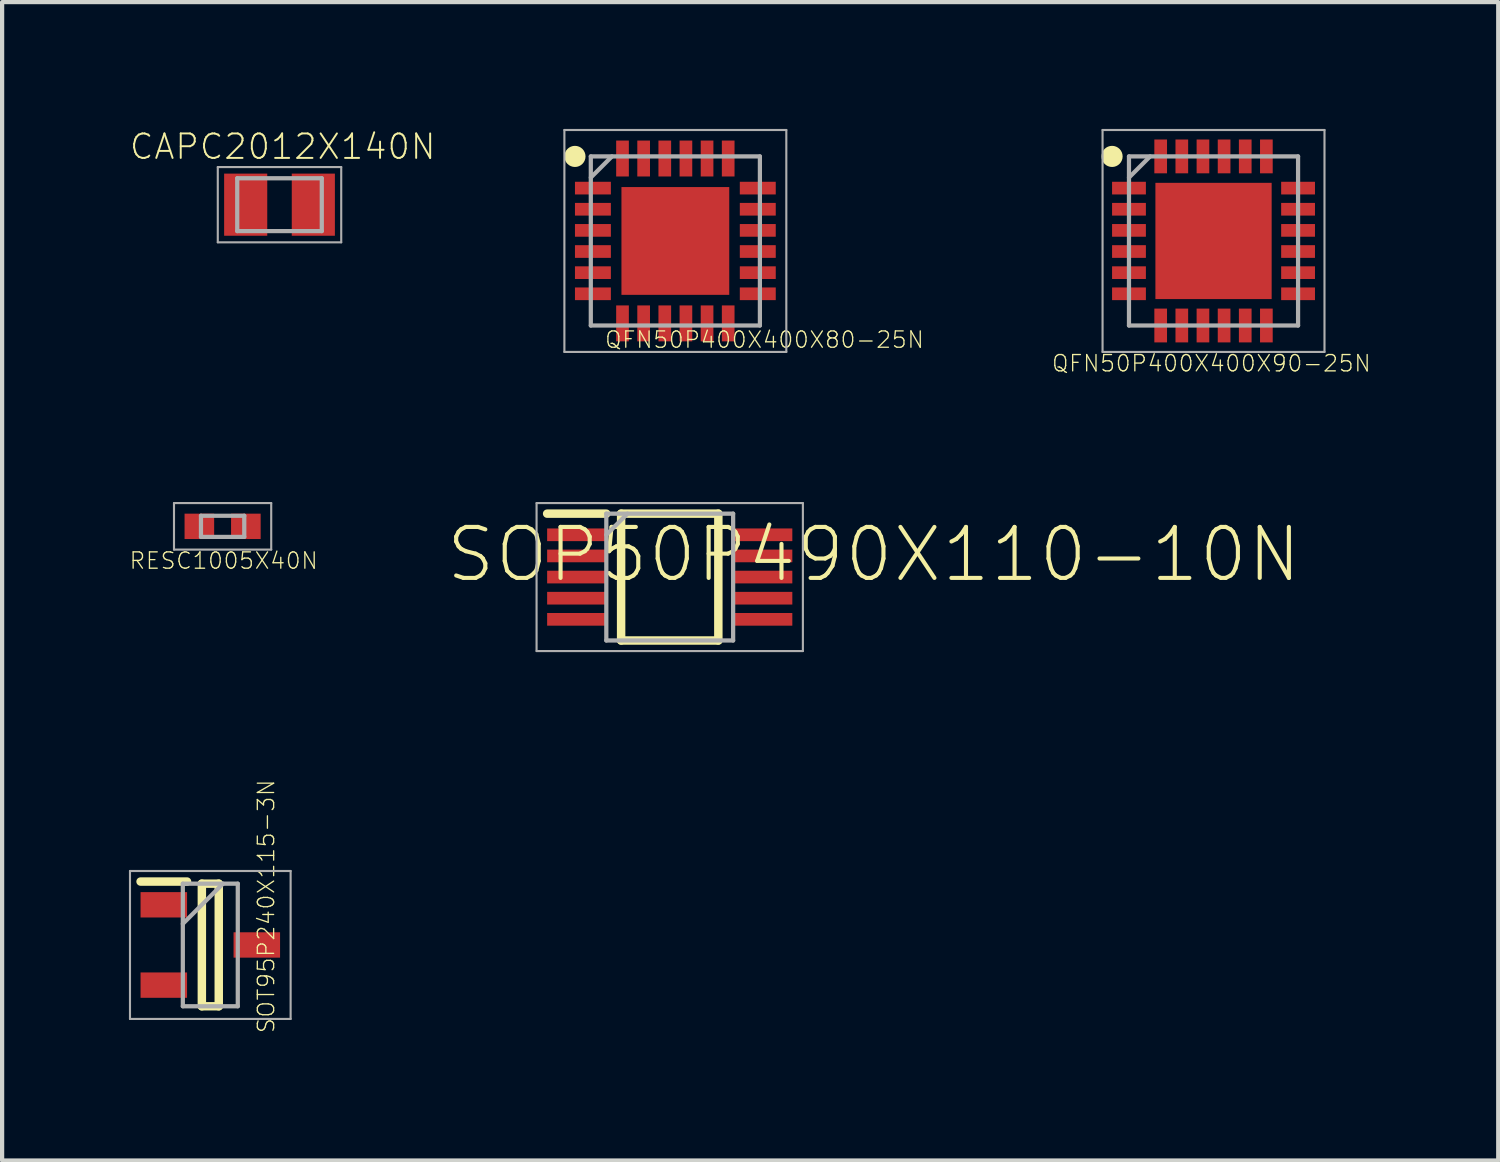
<source format=kicad_pcb>
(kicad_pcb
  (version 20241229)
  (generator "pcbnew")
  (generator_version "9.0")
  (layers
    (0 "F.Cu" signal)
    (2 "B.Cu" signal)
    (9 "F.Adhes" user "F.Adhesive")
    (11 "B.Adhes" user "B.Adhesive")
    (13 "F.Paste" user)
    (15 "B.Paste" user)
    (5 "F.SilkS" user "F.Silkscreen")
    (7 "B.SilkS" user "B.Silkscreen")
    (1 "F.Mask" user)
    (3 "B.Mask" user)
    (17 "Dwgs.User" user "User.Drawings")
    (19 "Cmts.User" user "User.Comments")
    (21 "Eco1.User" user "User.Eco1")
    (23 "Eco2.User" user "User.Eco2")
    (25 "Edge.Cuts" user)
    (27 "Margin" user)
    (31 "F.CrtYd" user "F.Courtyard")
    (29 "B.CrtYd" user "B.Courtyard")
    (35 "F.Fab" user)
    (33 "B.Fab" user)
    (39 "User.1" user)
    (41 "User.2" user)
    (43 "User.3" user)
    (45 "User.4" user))
  (footprint "CAPC2012X140N"
    (layer "F.Cu")
    (at 3.562 1.792)
    (property "Reference" "CAPC2012X140N" (at 0.076 -1.372 0) (layer "F.SilkS") (effects (font (size 0.579 0.579) (thickness 0.046))))
    (attr through_hole)
    (fp_line (start -1.46 -0.89) (end 1.46 -0.89) (stroke (width 0.05) (type solid)) (layer "F.Fab"))
    (fp_line (start -1.46 0.89) (end -1.46 -0.89) (stroke (width 0.05) (type solid)) (layer "F.Fab"))
    (fp_line (start -1 -0.625) (end 1 -0.625) (stroke (width 0.1) (type solid)) (layer "F.Fab"))
    (fp_line (start -1 0.625) (end -1 -0.625) (stroke (width 0.1) (type solid)) (layer "F.Fab"))
    (fp_line (start 1 -0.625) (end 1 0.625) (stroke (width 0.1) (type solid)) (layer "F.Fab"))
    (fp_line (start 1 0.625) (end -1 0.625) (stroke (width 0.1) (type solid)) (layer "F.Fab"))
    (fp_line (start 1.46 -0.89) (end 1.46 0.89) (stroke (width 0.05) (type solid)) (layer "F.Fab"))
    (fp_line (start 1.46 0.89) (end -1.46 0.89) (stroke (width 0.05) (type solid)) (layer "F.Fab"))
    (pad "1" smd rect (at -0.8 0 90) (size 1.47 1.02) (layers "F.Cu" "F.Mask" "F.Paste"))
    (pad "2" smd rect (at 0.8 0 90) (size 1.47 1.02) (layers "F.Cu" "F.Mask" "F.Paste")))
  (footprint "SOT95P240X115-3N"
    (layer "F.Cu")
    (at 1.925 19.304)
    (property "Reference" "SOT95P240X115-3N" (at 1.321 -0.914 90) (layer "F.SilkS") (effects (font (size 0.386 0.386) (thickness 0.031))))
    (attr through_hole)
    (fp_line (start -1.65 -1.5) (end -0.55 -1.5) (stroke (width 0.2) (type solid)) (layer "F.SilkS"))
    (fp_line (start -0.2 -1.45) (end 0.2 -1.45) (stroke (width 0.2) (type solid)) (layer "F.SilkS"))
    (fp_line (start -0.2 1.45) (end -0.2 -1.45) (stroke (width 0.2) (type solid)) (layer "F.SilkS"))
    (fp_line (start 0.2 -1.45) (end 0.2 1.45) (stroke (width 0.2) (type solid)) (layer "F.SilkS"))
    (fp_line (start 0.2 1.45) (end -0.2 1.45) (stroke (width 0.2) (type solid)) (layer "F.SilkS"))
    (fp_line (start -1.9 -1.75) (end 1.9 -1.75) (stroke (width 0.05) (type solid)) (layer "F.Fab"))
    (fp_line (start -1.9 1.75) (end -1.9 -1.75) (stroke (width 0.05) (type solid)) (layer "F.Fab"))
    (fp_line (start -0.65 -1.45) (end 0.65 -1.45) (stroke (width 0.1) (type solid)) (layer "F.Fab"))
    (fp_line (start -0.65 -0.5) (end 0.3 -1.45) (stroke (width 0.1) (type solid)) (layer "F.Fab"))
    (fp_line (start -0.65 1.45) (end -0.65 -1.45) (stroke (width 0.1) (type solid)) (layer "F.Fab"))
    (fp_line (start 0.65 -1.45) (end 0.65 1.45) (stroke (width 0.1) (type solid)) (layer "F.Fab"))
    (fp_line (start 0.65 1.45) (end -0.65 1.45) (stroke (width 0.1) (type solid)) (layer "F.Fab"))
    (fp_line (start 1.9 -1.75) (end 1.9 1.75) (stroke (width 0.05) (type solid)) (layer "F.Fab"))
    (fp_line (start 1.9 1.75) (end -1.9 1.75) (stroke (width 0.05) (type solid)) (layer "F.Fab"))
    (pad "1" smd rect (at -1.1 -0.95) (size 1.1 0.6) (layers "F.Cu" "F.Mask" "F.Paste"))
    (pad "2" smd rect (at -1.1 0.95) (size 1.1 0.6) (layers "F.Cu" "F.Mask" "F.Paste"))
    (pad "3" smd rect (at 1.1 0) (size 1.1 0.6) (layers "F.Cu" "F.Mask" "F.Paste")))
  (footprint "QFN50P400X400X80-25N"
    (layer "F.Cu")
    (at 12.926 2.65)
    (property "Reference" "QFN50P400X400X80-25N" (at 2.108 2.337 0) (layer "F.SilkS") (effects (font (size 0.386 0.386) (thickness 0.031))))
    (attr through_hole)
    (fp_circle (center -2.375 -2) (end -2.25 -2) (stroke (width 0.25) (type solid)) (fill no) (layer "F.SilkS"))
    (fp_line (start -2.625 -2.625) (end 2.625 -2.625) (stroke (width 0.05) (type solid)) (layer "F.Fab"))
    (fp_line (start -2.625 2.625) (end -2.625 -2.625) (stroke (width 0.05) (type solid)) (layer "F.Fab"))
    (fp_line (start -2 -2) (end 2 -2) (stroke (width 0.1) (type solid)) (layer "F.Fab"))
    (fp_line (start -2 -1.5) (end -1.5 -2) (stroke (width 0.1) (type solid)) (layer "F.Fab"))
    (fp_line (start -2 2) (end -2 -2) (stroke (width 0.1) (type solid)) (layer "F.Fab"))
    (fp_line (start 2 -2) (end 2 2) (stroke (width 0.1) (type solid)) (layer "F.Fab"))
    (fp_line (start 2 2) (end -2 2) (stroke (width 0.1) (type solid)) (layer "F.Fab"))
    (fp_line (start 2.625 -2.625) (end 2.625 2.625) (stroke (width 0.05) (type solid)) (layer "F.Fab"))
    (fp_line (start 2.625 2.625) (end -2.625 2.625) (stroke (width 0.05) (type solid)) (layer "F.Fab"))
    (pad "1" smd rect (at -1.95 -1.25) (size 0.85 0.3) (layers "F.Cu" "F.Mask" "F.Paste"))
    (pad "2" smd rect (at -1.95 -0.75) (size 0.85 0.3) (layers "F.Cu" "F.Mask" "F.Paste"))
    (pad "3" smd rect (at -1.95 -0.25) (size 0.85 0.3) (layers "F.Cu" "F.Mask" "F.Paste"))
    (pad "4" smd rect (at -1.95 0.25) (size 0.85 0.3) (layers "F.Cu" "F.Mask" "F.Paste"))
    (pad "5" smd rect (at -1.95 0.75) (size 0.85 0.3) (layers "F.Cu" "F.Mask" "F.Paste"))
    (pad "6" smd rect (at -1.95 1.25) (size 0.85 0.3) (layers "F.Cu" "F.Mask" "F.Paste"))
    (pad "7" smd rect (at -1.25 1.95 90) (size 0.85 0.3) (layers "F.Cu" "F.Mask" "F.Paste"))
    (pad "8" smd rect (at -0.75 1.95 90) (size 0.85 0.3) (layers "F.Cu" "F.Mask" "F.Paste"))
    (pad "9" smd rect (at -0.25 1.95 90) (size 0.85 0.3) (layers "F.Cu" "F.Mask" "F.Paste"))
    (pad "10" smd rect (at 0.25 1.95 90) (size 0.85 0.3) (layers "F.Cu" "F.Mask" "F.Paste"))
    (pad "11" smd rect (at 0.75 1.95 90) (size 0.85 0.3) (layers "F.Cu" "F.Mask" "F.Paste"))
    (pad "12" smd rect (at 1.25 1.95 90) (size 0.85 0.3) (layers "F.Cu" "F.Mask" "F.Paste"))
    (pad "13" smd rect (at 1.95 1.25) (size 0.85 0.3) (layers "F.Cu" "F.Mask" "F.Paste"))
    (pad "14" smd rect (at 1.95 0.75) (size 0.85 0.3) (layers "F.Cu" "F.Mask" "F.Paste"))
    (pad "15" smd rect (at 1.95 0.25) (size 0.85 0.3) (layers "F.Cu" "F.Mask" "F.Paste"))
    (pad "16" smd rect (at 1.95 -0.25) (size 0.85 0.3) (layers "F.Cu" "F.Mask" "F.Paste"))
    (pad "17" smd rect (at 1.95 -0.75) (size 0.85 0.3) (layers "F.Cu" "F.Mask" "F.Paste"))
    (pad "18" smd rect (at 1.95 -1.25) (size 0.85 0.3) (layers "F.Cu" "F.Mask" "F.Paste"))
    (pad "19" smd rect (at 1.25 -1.95 90) (size 0.85 0.3) (layers "F.Cu" "F.Mask" "F.Paste"))
    (pad "20" smd rect (at 0.75 -1.95 90) (size 0.85 0.3) (layers "F.Cu" "F.Mask" "F.Paste"))
    (pad "21" smd rect (at 0.25 -1.95 90) (size 0.85 0.3) (layers "F.Cu" "F.Mask" "F.Paste"))
    (pad "22" smd rect (at -0.25 -1.95 90) (size 0.85 0.3) (layers "F.Cu" "F.Mask" "F.Paste"))
    (pad "23" smd rect (at -0.75 -1.95 90) (size 0.85 0.3) (layers "F.Cu" "F.Mask" "F.Paste"))
    (pad "24" smd rect (at -1.25 -1.95 90) (size 0.85 0.3) (layers "F.Cu" "F.Mask" "F.Paste"))
    (pad "25" smd rect (at 0 0 90) (size 2.55 2.55) (layers "F.Cu" "F.Mask" "F.Paste")))
  (footprint "SOP50P490X110-10N"
    (layer "F.Cu")
    (at 12.793 10.601)
    (property "Reference" "SOP50P490X110-10N" (at 4.826 -0.533 0) (layer "F.SilkS") (effects (font (size 1.206 1.206) (thickness 0.097))))
    (attr through_hole)
    (fp_line (start -2.9 -1.5) (end -1.5 -1.5) (stroke (width 0.2) (type solid)) (layer "F.SilkS"))
    (fp_line (start -1.15 -1.5) (end 1.15 -1.5) (stroke (width 0.2) (type solid)) (layer "F.SilkS"))
    (fp_line (start -1.15 1.5) (end -1.15 -1.5) (stroke (width 0.2) (type solid)) (layer "F.SilkS"))
    (fp_line (start 1.15 -1.5) (end 1.15 1.5) (stroke (width 0.2) (type solid)) (layer "F.SilkS"))
    (fp_line (start 1.15 1.5) (end -1.15 1.5) (stroke (width 0.2) (type solid)) (layer "F.SilkS"))
    (fp_line (start -3.15 -1.75) (end 3.15 -1.75) (stroke (width 0.05) (type solid)) (layer "F.Fab"))
    (fp_line (start -3.15 1.75) (end -3.15 -1.75) (stroke (width 0.05) (type solid)) (layer "F.Fab"))
    (fp_line (start -1.5 -1.5) (end 1.5 -1.5) (stroke (width 0.1) (type solid)) (layer "F.Fab"))
    (fp_line (start -1.5 -1) (end -1 -1.5) (stroke (width 0.1) (type solid)) (layer "F.Fab"))
    (fp_line (start -1.5 1.5) (end -1.5 -1.5) (stroke (width 0.1) (type solid)) (layer "F.Fab"))
    (fp_line (start 1.5 -1.5) (end 1.5 1.5) (stroke (width 0.1) (type solid)) (layer "F.Fab"))
    (fp_line (start 1.5 1.5) (end -1.5 1.5) (stroke (width 0.1) (type solid)) (layer "F.Fab"))
    (fp_line (start 3.15 -1.75) (end 3.15 1.75) (stroke (width 0.05) (type solid)) (layer "F.Fab"))
    (fp_line (start 3.15 1.75) (end -3.15 1.75) (stroke (width 0.05) (type solid)) (layer "F.Fab"))
    (pad "1" smd rect (at -2.2 -1) (size 1.4 0.3) (layers "F.Cu" "F.Mask" "F.Paste"))
    (pad "2" smd rect (at -2.2 -0.5) (size 1.4 0.3) (layers "F.Cu" "F.Mask" "F.Paste"))
    (pad "3" smd rect (at -2.2 0) (size 1.4 0.3) (layers "F.Cu" "F.Mask" "F.Paste"))
    (pad "4" smd rect (at -2.2 0.5) (size 1.4 0.3) (layers "F.Cu" "F.Mask" "F.Paste"))
    (pad "5" smd rect (at -2.2 1) (size 1.4 0.3) (layers "F.Cu" "F.Mask" "F.Paste"))
    (pad "6" smd rect (at 2.2 1) (size 1.4 0.3) (layers "F.Cu" "F.Mask" "F.Paste"))
    (pad "7" smd rect (at 2.2 0.5) (size 1.4 0.3) (layers "F.Cu" "F.Mask" "F.Paste"))
    (pad "8" smd rect (at 2.2 0) (size 1.4 0.3) (layers "F.Cu" "F.Mask" "F.Paste"))
    (pad "9" smd rect (at 2.2 -0.5) (size 1.4 0.3) (layers "F.Cu" "F.Mask" "F.Paste"))
    (pad "10" smd rect (at 2.2 -1) (size 1.4 0.3) (layers "F.Cu" "F.Mask" "F.Paste")))
  (footprint "RESC1005X40N"
    (layer "F.Cu")
    (at 2.216 9.401)
    (property "Reference" "RESC1005X40N" (at 0.025 0.813 0) (layer "F.SilkS") (effects (font (size 0.386 0.386) (thickness 0.031))))
    (attr through_hole)
    (fp_line (start -1.15 -0.55) (end 1.15 -0.55) (stroke (width 0.05) (type solid)) (layer "F.Fab"))
    (fp_line (start -1.15 0.55) (end -1.15 -0.55) (stroke (width 0.05) (type solid)) (layer "F.Fab"))
    (fp_line (start -0.512 -0.25) (end 0.512 -0.25) (stroke (width 0.1) (type solid)) (layer "F.Fab"))
    (fp_line (start -0.512 0.25) (end -0.512 -0.25) (stroke (width 0.1) (type solid)) (layer "F.Fab"))
    (fp_line (start 0.512 -0.25) (end 0.512 0.25) (stroke (width 0.1) (type solid)) (layer "F.Fab"))
    (fp_line (start 0.512 0.25) (end -0.512 0.25) (stroke (width 0.1) (type solid)) (layer "F.Fab"))
    (fp_line (start 1.15 -0.55) (end 1.15 0.55) (stroke (width 0.05) (type solid)) (layer "F.Fab"))
    (fp_line (start 1.15 0.55) (end -1.15 0.55) (stroke (width 0.05) (type solid)) (layer "F.Fab"))
    (pad "1" smd rect (at -0.55 0) (size 0.7 0.6) (layers "F.Cu" "F.Mask" "F.Paste"))
    (pad "2" smd rect (at 0.55 0) (size 0.7 0.6) (layers "F.Cu" "F.Mask" "F.Paste")))
  (footprint "QFN50P400X400X90-25N"
    (layer "F.Cu")
    (at 25.657 2.65)
    (property "Reference" "QFN50P400X400X90-25N" (at -0.051 2.896 180) (layer "F.SilkS") (effects (font (size 0.386 0.386) (thickness 0.031))))
    (attr through_hole)
    (fp_circle (center -2.4 -2) (end -2.275 -2) (stroke (width 0.25) (type solid)) (fill no) (layer "F.SilkS"))
    (fp_line (start -2.625 -2.625) (end 2.625 -2.625) (stroke (width 0.05) (type solid)) (layer "F.Fab"))
    (fp_line (start -2.625 2.625) (end -2.625 -2.625) (stroke (width 0.05) (type solid)) (layer "F.Fab"))
    (fp_line (start -2 -2) (end 2 -2) (stroke (width 0.1) (type solid)) (layer "F.Fab"))
    (fp_line (start -2 -1.5) (end -1.5 -2) (stroke (width 0.1) (type solid)) (layer "F.Fab"))
    (fp_line (start -2 2) (end -2 -2) (stroke (width 0.1) (type solid)) (layer "F.Fab"))
    (fp_line (start 2 -2) (end 2 2) (stroke (width 0.1) (type solid)) (layer "F.Fab"))
    (fp_line (start 2 2) (end -2 2) (stroke (width 0.1) (type solid)) (layer "F.Fab"))
    (fp_line (start 2.625 -2.625) (end 2.625 2.625) (stroke (width 0.05) (type solid)) (layer "F.Fab"))
    (fp_line (start 2.625 2.625) (end -2.625 2.625) (stroke (width 0.05) (type solid)) (layer "F.Fab"))
    (pad "1" smd rect (at -2 -1.25) (size 0.8 0.3) (layers "F.Cu" "F.Mask" "F.Paste"))
    (pad "2" smd rect (at -2 -0.75) (size 0.8 0.3) (layers "F.Cu" "F.Mask" "F.Paste"))
    (pad "3" smd rect (at -2 -0.25) (size 0.8 0.3) (layers "F.Cu" "F.Mask" "F.Paste"))
    (pad "4" smd rect (at -2 0.25) (size 0.8 0.3) (layers "F.Cu" "F.Mask" "F.Paste"))
    (pad "5" smd rect (at -2 0.75) (size 0.8 0.3) (layers "F.Cu" "F.Mask" "F.Paste"))
    (pad "6" smd rect (at -2 1.25) (size 0.8 0.3) (layers "F.Cu" "F.Mask" "F.Paste"))
    (pad "7" smd rect (at -1.25 2 90) (size 0.8 0.3) (layers "F.Cu" "F.Mask" "F.Paste"))
    (pad "8" smd rect (at -0.75 2 90) (size 0.8 0.3) (layers "F.Cu" "F.Mask" "F.Paste"))
    (pad "9" smd rect (at -0.25 2 90) (size 0.8 0.3) (layers "F.Cu" "F.Mask" "F.Paste"))
    (pad "10" smd rect (at 0.25 2 90) (size 0.8 0.3) (layers "F.Cu" "F.Mask" "F.Paste"))
    (pad "11" smd rect (at 0.75 2 90) (size 0.8 0.3) (layers "F.Cu" "F.Mask" "F.Paste"))
    (pad "12" smd rect (at 1.25 2 90) (size 0.8 0.3) (layers "F.Cu" "F.Mask" "F.Paste"))
    (pad "13" smd rect (at 2 1.25) (size 0.8 0.3) (layers "F.Cu" "F.Mask" "F.Paste"))
    (pad "14" smd rect (at 2 0.75) (size 0.8 0.3) (layers "F.Cu" "F.Mask" "F.Paste"))
    (pad "15" smd rect (at 2 0.25) (size 0.8 0.3) (layers "F.Cu" "F.Mask" "F.Paste"))
    (pad "16" smd rect (at 2 -0.25) (size 0.8 0.3) (layers "F.Cu" "F.Mask" "F.Paste"))
    (pad "17" smd rect (at 2 -0.75) (size 0.8 0.3) (layers "F.Cu" "F.Mask" "F.Paste"))
    (pad "18" smd rect (at 2 -1.25) (size 0.8 0.3) (layers "F.Cu" "F.Mask" "F.Paste"))
    (pad "19" smd rect (at 1.25 -2 90) (size 0.8 0.3) (layers "F.Cu" "F.Mask" "F.Paste"))
    (pad "20" smd rect (at 0.75 -2 90) (size 0.8 0.3) (layers "F.Cu" "F.Mask" "F.Paste"))
    (pad "21" smd rect (at 0.25 -2 90) (size 0.8 0.3) (layers "F.Cu" "F.Mask" "F.Paste"))
    (pad "22" smd rect (at -0.25 -2 90) (size 0.8 0.3) (layers "F.Cu" "F.Mask" "F.Paste"))
    (pad "23" smd rect (at -0.75 -2 90) (size 0.8 0.3) (layers "F.Cu" "F.Mask" "F.Paste"))
    (pad "24" smd rect (at -1.25 -2 90) (size 0.8 0.3) (layers "F.Cu" "F.Mask" "F.Paste"))
    (pad "25" smd rect (at 0 0 90) (size 2.75 2.75) (layers "F.Cu" "F.Mask" "F.Paste")))
  (gr_rect
    (start -3 -3)
    (end 32.392 24.403)
    (stroke (width 0.1) (type default))
    (fill no)
    (layer "Edge.Cuts")))
</source>
